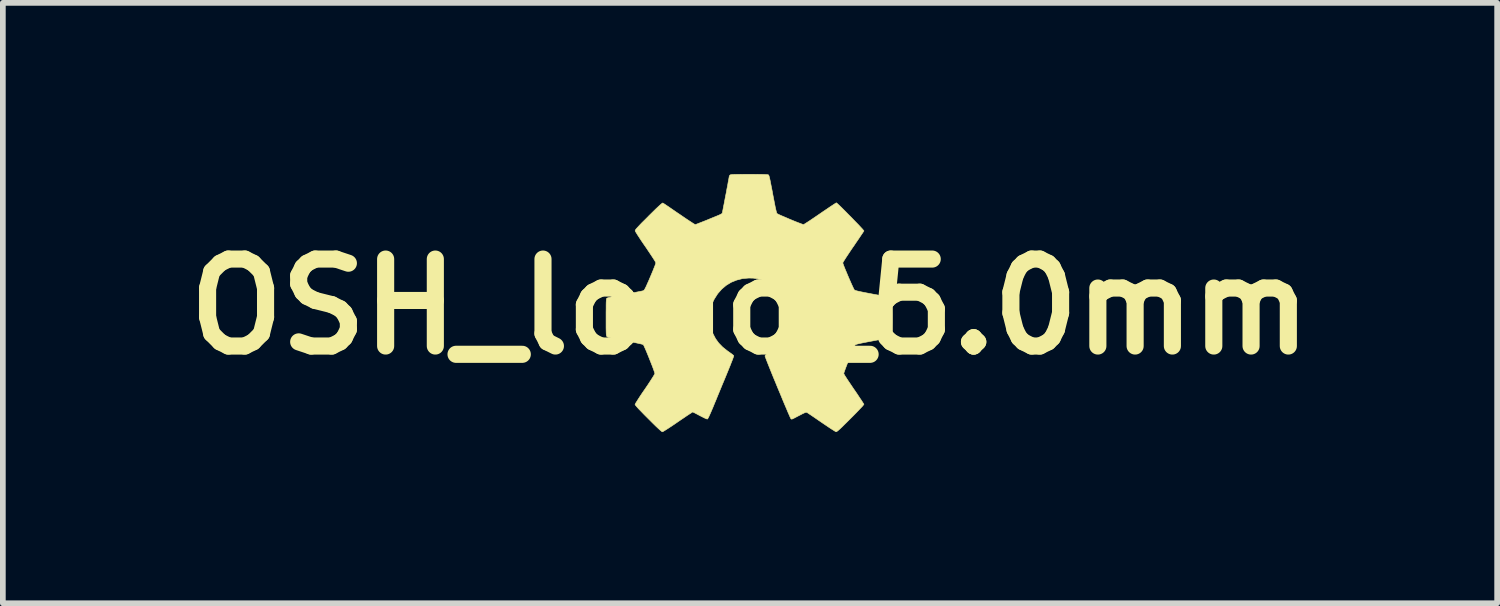
<source format=kicad_pcb>
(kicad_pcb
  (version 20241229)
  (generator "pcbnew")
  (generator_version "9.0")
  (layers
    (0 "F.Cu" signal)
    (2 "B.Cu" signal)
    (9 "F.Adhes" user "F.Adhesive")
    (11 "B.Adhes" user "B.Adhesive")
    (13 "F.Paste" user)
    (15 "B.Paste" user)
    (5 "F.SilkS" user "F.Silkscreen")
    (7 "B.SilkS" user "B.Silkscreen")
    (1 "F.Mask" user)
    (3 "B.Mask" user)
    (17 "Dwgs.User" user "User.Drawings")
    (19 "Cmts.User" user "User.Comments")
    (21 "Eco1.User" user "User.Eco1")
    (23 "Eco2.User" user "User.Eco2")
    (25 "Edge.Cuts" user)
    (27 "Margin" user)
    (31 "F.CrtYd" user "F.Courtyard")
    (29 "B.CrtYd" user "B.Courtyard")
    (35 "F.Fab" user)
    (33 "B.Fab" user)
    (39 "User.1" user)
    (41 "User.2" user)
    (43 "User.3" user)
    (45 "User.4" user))
  (footprint "OSH_logo_5.0mm"
    (layer "F.Cu")
    (at 10.095 2.325)
    (property "Reference" "OSH_logo_5.0mm" (at 0 0 0) (layer "F.SilkS") (effects (font (size 1.524 1.524) (thickness 0.3))))
    (attr through_hole)
    (fp_poly (pts (xy 0.075 -2.32) (xy 0.147 -2.319) (xy 0.206 -2.319) (xy 0.251 -2.317) (xy 0.284 -2.316) (xy 0.307 -2.314) (xy 0.32 -2.311) (xy 0.324 -2.309) (xy 0.329 -2.302) (xy 0.335 -2.285) (xy 0.342 -2.257) (xy 0.351 -2.218) (xy 0.361 -2.166) (xy 0.374 -2.1) (xy 0.39 -2.019) (xy 0.398 -1.973) (xy 0.416 -1.88) (xy 0.431 -1.803) (xy 0.443 -1.741) (xy 0.454 -1.694) (xy 0.462 -1.661) (xy 0.469 -1.64) (xy 0.473 -1.632) (xy 0.484 -1.626) (xy 0.508 -1.614) (xy 0.543 -1.598) (xy 0.586 -1.58) (xy 0.635 -1.559) (xy 0.688 -1.536) (xy 0.741 -1.514) (xy 0.792 -1.493) (xy 0.84 -1.474) (xy 0.881 -1.459) (xy 0.912 -1.447) (xy 0.932 -1.44) (xy 0.937 -1.439) (xy 0.947 -1.444) (xy 0.968 -1.457) (xy 1.001 -1.478) (xy 1.043 -1.505) (xy 1.092 -1.538) (xy 1.148 -1.576) (xy 1.208 -1.617) (xy 1.227 -1.63) (xy 1.288 -1.672) (xy 1.345 -1.71) (xy 1.396 -1.745) (xy 1.44 -1.774) (xy 1.475 -1.797) (xy 1.499 -1.812) (xy 1.511 -1.82) (xy 1.513 -1.82) (xy 1.521 -1.815) (xy 1.54 -1.798) (xy 1.567 -1.773) (xy 1.601 -1.74) (xy 1.64 -1.701) (xy 1.683 -1.658) (xy 1.729 -1.611) (xy 1.776 -1.564) (xy 1.821 -1.517) (xy 1.865 -1.472) (xy 1.905 -1.431) (xy 1.939 -1.394) (xy 1.967 -1.364) (xy 1.986 -1.342) (xy 1.995 -1.33) (xy 1.996 -1.328) (xy 1.99 -1.319) (xy 1.976 -1.297) (xy 1.954 -1.265) (xy 1.926 -1.223) (xy 1.893 -1.174) (xy 1.855 -1.119) (xy 1.815 -1.059) (xy 1.808 -1.05) (xy 1.767 -0.99) (xy 1.73 -0.934) (xy 1.696 -0.883) (xy 1.668 -0.84) (xy 1.646 -0.805) (xy 1.632 -0.781) (xy 1.626 -0.769) (xy 1.626 -0.768) (xy 1.629 -0.755) (xy 1.638 -0.73) (xy 1.652 -0.694) (xy 1.67 -0.649) (xy 1.691 -0.6) (xy 1.713 -0.547) (xy 1.736 -0.493) (xy 1.759 -0.441) (xy 1.78 -0.393) (xy 1.799 -0.352) (xy 1.814 -0.32) (xy 1.825 -0.299) (xy 1.829 -0.293) (xy 1.837 -0.289) (xy 1.852 -0.283) (xy 1.877 -0.276) (xy 1.912 -0.268) (xy 1.958 -0.258) (xy 2.018 -0.246) (xy 2.092 -0.232) (xy 2.16 -0.219) (xy 2.248 -0.203) (xy 2.32 -0.189) (xy 2.377 -0.177) (xy 2.422 -0.167) (xy 2.454 -0.159) (xy 2.475 -0.153) (xy 2.485 -0.148) (xy 2.487 -0.146) (xy 2.49 -0.138) (xy 2.492 -0.122) (xy 2.494 -0.095) (xy 2.496 -0.058) (xy 2.497 -0.008) (xy 2.497 0.055) (xy 2.498 0.133) (xy 2.498 0.192) (xy 2.498 0.275) (xy 2.497 0.344) (xy 2.497 0.398) (xy 2.496 0.441) (xy 2.495 0.473) (xy 2.493 0.496) (xy 2.491 0.512) (xy 2.489 0.522) (xy 2.485 0.528) (xy 2.484 0.529) (xy 2.472 0.539) (xy 2.466 0.542) (xy 2.457 0.543) (xy 2.433 0.548) (xy 2.396 0.554) (xy 2.348 0.563) (xy 2.292 0.573) (xy 2.228 0.585) (xy 2.16 0.598) (xy 2.07 0.615) (xy 1.997 0.629) (xy 1.939 0.641) (xy 1.895 0.651) (xy 1.866 0.659) (xy 1.849 0.665) (xy 1.845 0.668) (xy 1.838 0.679) (xy 1.827 0.704) (xy 1.811 0.739) (xy 1.792 0.784) (xy 1.771 0.834) (xy 1.749 0.888) (xy 1.727 0.944) (xy 1.705 0.998) (xy 1.685 1.05) (xy 1.668 1.095) (xy 1.655 1.132) (xy 1.646 1.158) (xy 1.643 1.171) (xy 1.643 1.171) (xy 1.647 1.182) (xy 1.66 1.205) (xy 1.681 1.238) (xy 1.708 1.28) (xy 1.741 1.329) (xy 1.778 1.384) (xy 1.817 1.442) (xy 1.858 1.501) (xy 1.895 1.556) (xy 1.927 1.605) (xy 1.955 1.646) (xy 1.976 1.679) (xy 1.99 1.701) (xy 1.996 1.71) (xy 1.99 1.719) (xy 1.974 1.74) (xy 1.946 1.77) (xy 1.908 1.81) (xy 1.861 1.859) (xy 1.805 1.916) (xy 1.762 1.959) (xy 1.701 2.02) (xy 1.651 2.069) (xy 1.611 2.109) (xy 1.579 2.139) (xy 1.554 2.161) (xy 1.536 2.177) (xy 1.522 2.186) (xy 1.513 2.191) (xy 1.506 2.191) (xy 1.506 2.191) (xy 1.494 2.186) (xy 1.471 2.171) (xy 1.437 2.15) (xy 1.394 2.122) (xy 1.345 2.089) (xy 1.29 2.052) (xy 1.249 2.024) (xy 1.192 1.985) (xy 1.14 1.949) (xy 1.093 1.917) (xy 1.053 1.89) (xy 1.023 1.87) (xy 1.003 1.857) (xy 0.997 1.853) (xy 0.99 1.851) (xy 0.981 1.851) (xy 0.968 1.855) (xy 0.949 1.863) (xy 0.921 1.876) (xy 0.885 1.895) (xy 0.836 1.92) (xy 0.781 1.949) (xy 0.753 1.963) (xy 0.736 1.97) (xy 0.725 1.97) (xy 0.717 1.964) (xy 0.717 1.964) (xy 0.711 1.954) (xy 0.7 1.93) (xy 0.684 1.893) (xy 0.663 1.846) (xy 0.639 1.788) (xy 0.611 1.723) (xy 0.581 1.652) (xy 0.55 1.576) (xy 0.517 1.497) (xy 0.483 1.416) (xy 0.45 1.335) (xy 0.417 1.256) (xy 0.386 1.18) (xy 0.357 1.108) (xy 0.331 1.043) (xy 0.308 0.985) (xy 0.289 0.937) (xy 0.275 0.9) (xy 0.266 0.875) (xy 0.262 0.865) (xy 0.27 0.85) (xy 0.292 0.83) (xy 0.311 0.818) (xy 0.409 0.75) (xy 0.492 0.673) (xy 0.561 0.589) (xy 0.615 0.497) (xy 0.654 0.399) (xy 0.677 0.295) (xy 0.683 0.235) (xy 0.682 0.126) (xy 0.664 0.022) (xy 0.632 -0.077) (xy 0.585 -0.169) (xy 0.524 -0.253) (xy 0.45 -0.328) (xy 0.365 -0.391) (xy 0.292 -0.432) (xy 0.212 -0.466) (xy 0.137 -0.488) (xy 0.059 -0.5) (xy -0.021 -0.502) (xy -0.129 -0.493) (xy -0.232 -0.467) (xy -0.329 -0.428) (xy -0.418 -0.374) (xy -0.497 -0.307) (xy -0.567 -0.227) (xy -0.625 -0.136) (xy -0.643 -0.101) (xy -0.669 -0.04) (xy -0.687 0.015) (xy -0.699 0.07) (xy -0.704 0.131) (xy -0.706 0.199) (xy -0.705 0.25) (xy -0.703 0.289) (xy -0.698 0.322) (xy -0.691 0.354) (xy -0.683 0.384) (xy -0.648 0.477) (xy -0.604 0.561) (xy -0.549 0.637) (xy -0.48 0.708) (xy -0.396 0.775) (xy -0.362 0.799) (xy -0.331 0.821) (xy -0.306 0.84) (xy -0.29 0.854) (xy -0.285 0.859) (xy -0.287 0.869) (xy -0.295 0.893) (xy -0.308 0.929) (xy -0.326 0.974) (xy -0.347 1.028) (xy -0.371 1.087) (xy -0.389 1.131) (xy -0.42 1.207) (xy -0.456 1.294) (xy -0.495 1.387) (xy -0.534 1.482) (xy -0.572 1.574) (xy -0.606 1.658) (xy -0.615 1.678) (xy -0.65 1.764) (xy -0.68 1.834) (xy -0.705 1.891) (xy -0.724 1.932) (xy -0.738 1.958) (xy -0.746 1.969) (xy -0.747 1.969) (xy -0.759 1.967) (xy -0.785 1.957) (xy -0.82 1.94) (xy -0.863 1.918) (xy -0.879 1.91) (xy -0.92 1.888) (xy -0.956 1.869) (xy -0.984 1.855) (xy -1.001 1.847) (xy -1.005 1.846) (xy -1.014 1.85) (xy -1.034 1.864) (xy -1.066 1.884) (xy -1.107 1.911) (xy -1.155 1.944) (xy -1.209 1.98) (xy -1.266 2.019) (xy -1.324 2.059) (xy -1.379 2.096) (xy -1.428 2.128) (xy -1.47 2.155) (xy -1.504 2.176) (xy -1.526 2.189) (xy -1.536 2.193) (xy -1.548 2.187) (xy -1.571 2.168) (xy -1.605 2.137) (xy -1.651 2.094) (xy -1.708 2.038) (xy -1.776 1.97) (xy -1.784 1.962) (xy -1.852 1.894) (xy -1.908 1.836) (xy -1.953 1.79) (xy -1.985 1.754) (xy -2.006 1.729) (xy -2.015 1.715) (xy -2.015 1.714) (xy -2.01 1.703) (xy -1.997 1.68) (xy -1.976 1.647) (xy -1.949 1.604) (xy -1.917 1.555) (xy -1.88 1.5) (xy -1.841 1.444) (xy -1.797 1.379) (xy -1.758 1.32) (xy -1.725 1.269) (xy -1.699 1.228) (xy -1.68 1.196) (xy -1.67 1.177) (xy -1.668 1.171) (xy -1.671 1.158) (xy -1.68 1.131) (xy -1.693 1.094) (xy -1.71 1.048) (xy -1.73 0.997) (xy -1.752 0.942) (xy -1.774 0.886) (xy -1.796 0.832) (xy -1.817 0.781) (xy -1.836 0.737) (xy -1.852 0.702) (xy -1.863 0.678) (xy -1.87 0.667) (xy -1.88 0.662) (xy -1.902 0.655) (xy -1.938 0.647) (xy -1.987 0.636) (xy -2.051 0.623) (xy -2.13 0.608) (xy -2.189 0.597) (xy -2.27 0.582) (xy -2.336 0.569) (xy -2.389 0.559) (xy -2.43 0.55) (xy -2.461 0.543) (xy -2.482 0.537) (xy -2.497 0.531) (xy -2.505 0.526) (xy -2.508 0.524) (xy -2.512 0.518) (xy -2.515 0.51) (xy -2.518 0.497) (xy -2.52 0.479) (xy -2.521 0.454) (xy -2.522 0.419) (xy -2.523 0.373) (xy -2.523 0.315) (xy -2.523 0.242) (xy -2.523 0.187) (xy -2.523 0.099) (xy -2.522 0.027) (xy -2.522 -0.03) (xy -2.521 -0.075) (xy -2.519 -0.108) (xy -2.517 -0.13) (xy -2.514 -0.142) (xy -2.512 -0.146) (xy -2.505 -0.151) (xy -2.487 -0.157) (xy -2.457 -0.165) (xy -2.416 -0.174) (xy -2.362 -0.185) (xy -2.293 -0.198) (xy -2.208 -0.214) (xy -2.197 -0.216) (xy -2.127 -0.229) (xy -2.06 -0.242) (xy -2.001 -0.253) (xy -1.95 -0.263) (xy -1.91 -0.271) (xy -1.882 -0.277) (xy -1.87 -0.281) (xy -1.862 -0.285) (xy -1.854 -0.293) (xy -1.845 -0.307) (xy -1.834 -0.328) (xy -1.819 -0.358) (xy -1.801 -0.399) (xy -1.777 -0.452) (xy -1.749 -0.518) (xy -1.724 -0.577) (xy -1.701 -0.632) (xy -1.682 -0.68) (xy -1.666 -0.72) (xy -1.656 -0.749) (xy -1.651 -0.765) (xy -1.651 -0.767) (xy -1.656 -0.78) (xy -1.67 -0.806) (xy -1.694 -0.844) (xy -1.726 -0.893) (xy -1.766 -0.953) (xy -1.813 -1.023) (xy -1.83 -1.048) (xy -1.871 -1.107) (xy -1.909 -1.163) (xy -1.942 -1.214) (xy -1.971 -1.258) (xy -1.992 -1.292) (xy -2.007 -1.317) (xy -2.013 -1.329) (xy -2.013 -1.329) (xy -2.012 -1.336) (xy -2.008 -1.345) (xy -1.999 -1.359) (xy -1.984 -1.376) (xy -1.962 -1.4) (xy -1.933 -1.431) (xy -1.895 -1.471) (xy -1.846 -1.519) (xy -1.787 -1.578) (xy -1.779 -1.587) (xy -1.71 -1.655) (xy -1.653 -1.711) (xy -1.606 -1.755) (xy -1.571 -1.787) (xy -1.546 -1.808) (xy -1.532 -1.817) (xy -1.53 -1.818) (xy -1.52 -1.812) (xy -1.498 -1.798) (xy -1.465 -1.776) (xy -1.423 -1.748) (xy -1.374 -1.714) (xy -1.319 -1.676) (xy -1.259 -1.635) (xy -1.245 -1.626) (xy -1.185 -1.585) (xy -1.128 -1.546) (xy -1.077 -1.512) (xy -1.034 -1.484) (xy -0.999 -1.461) (xy -0.974 -1.446) (xy -0.962 -1.44) (xy -0.961 -1.439) (xy -0.95 -1.442) (xy -0.925 -1.451) (xy -0.89 -1.465) (xy -0.846 -1.482) (xy -0.795 -1.502) (xy -0.76 -1.516) (xy -0.688 -1.546) (xy -0.631 -1.569) (xy -0.585 -1.588) (xy -0.551 -1.602) (xy -0.527 -1.613) (xy -0.509 -1.622) (xy -0.499 -1.628) (xy -0.492 -1.633) (xy -0.489 -1.637) (xy -0.487 -1.641) (xy -0.487 -1.641) (xy -0.484 -1.652) (xy -0.479 -1.677) (xy -0.472 -1.714) (xy -0.463 -1.761) (xy -0.452 -1.815) (xy -0.441 -1.875) (xy -0.429 -1.938) (xy -0.416 -2.002) (xy -0.405 -2.065) (xy -0.393 -2.124) (xy -0.384 -2.178) (xy -0.375 -2.223) (xy -0.369 -2.258) (xy -0.365 -2.28) (xy -0.364 -2.288) (xy -0.359 -2.297) (xy -0.351 -2.307) (xy -0.346 -2.31) (xy -0.337 -2.313) (xy -0.322 -2.315) (xy -0.301 -2.317) (xy -0.271 -2.318) (xy -0.232 -2.319) (xy -0.18 -2.319) (xy -0.115 -2.32) (xy -0.035 -2.32) (xy -0.014 -2.32) (xy 0.075 -2.32)) (stroke (width 0.01) (type solid)) (fill yes) (layer "F.SilkS")))
  (gr_rect
    (start -3 -3)
    (end 23.189 7.523)
    (stroke (width 0.1) (type default))
    (fill no)
    (layer "Edge.Cuts")))
</source>
